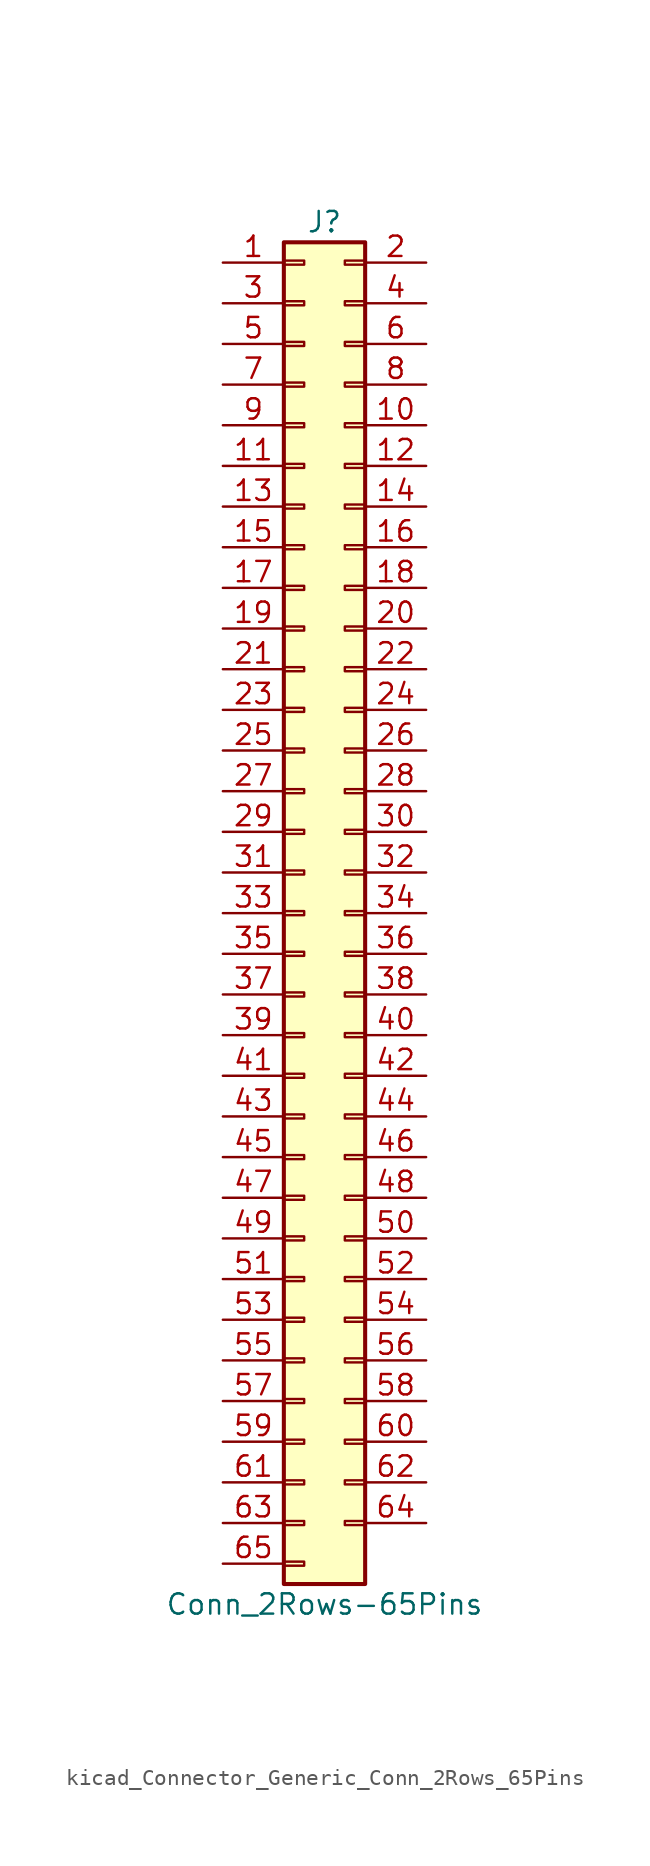
<source format=kicad_sym>
(kicad_symbol_lib
  (version 20220914)
  (generator kicad_symbol_editor)
  (symbol "kicad_Connector_Generic_Conn_2Rows_65Pins"
    (pin_names
      (offset 1.016) hide)
    (property "Reference" "J"
      (at 1.27 43.18 0)
      (effects (font (size 1.27 1.27))))
    (property "Value" "Conn_2Rows-65Pins"
      (at 1.27 -43.18 0)
      (effects (font (size 1.27 1.27))))
    (symbol "kicad_Connector_Generic_Conn_2Rows_65Pins_1_1"
      (rectangle (start -1.27 -40.513) (end 0 -40.767) (stroke (width 0.152) (type default)) (fill (type none)))
      (rectangle (start -1.27 -37.973) (end 0 -38.227) (stroke (width 0.152) (type default)) (fill (type none)))
      (rectangle (start -1.27 -35.433) (end 0 -35.687) (stroke (width 0.152) (type default)) (fill (type none)))
      (rectangle (start -1.27 -32.893) (end 0 -33.147) (stroke (width 0.152) (type default)) (fill (type none)))
      (rectangle (start -1.27 -30.353) (end 0 -30.607) (stroke (width 0.152) (type default)) (fill (type none)))
      (rectangle (start -1.27 -27.813) (end 0 -28.067) (stroke (width 0.152) (type default)) (fill (type none)))
      (rectangle (start -1.27 -25.273) (end 0 -25.527) (stroke (width 0.152) (type default)) (fill (type none)))
      (rectangle (start -1.27 -22.733) (end 0 -22.987) (stroke (width 0.152) (type default)) (fill (type none)))
      (rectangle (start -1.27 -20.193) (end 0 -20.447) (stroke (width 0.152) (type default)) (fill (type none)))
      (rectangle (start -1.27 -17.653) (end 0 -17.907) (stroke (width 0.152) (type default)) (fill (type none)))
      (rectangle (start -1.27 -15.113) (end 0 -15.367) (stroke (width 0.152) (type default)) (fill (type none)))
      (rectangle (start -1.27 -12.573) (end 0 -12.827) (stroke (width 0.152) (type default)) (fill (type none)))
      (rectangle (start -1.27 -10.033) (end 0 -10.287) (stroke (width 0.152) (type default)) (fill (type none)))
      (rectangle (start -1.27 -7.493) (end 0 -7.747) (stroke (width 0.152) (type default)) (fill (type none)))
      (rectangle (start -1.27 -4.953) (end 0 -5.207) (stroke (width 0.152) (type default)) (fill (type none)))
      (rectangle (start -1.27 -2.413) (end 0 -2.667) (stroke (width 0.152) (type default)) (fill (type none)))
      (rectangle (start -1.27 0.127) (end 0 -0.127) (stroke (width 0.152) (type default)) (fill (type none)))
      (rectangle (start -1.27 2.667) (end 0 2.413) (stroke (width 0.152) (type default)) (fill (type none)))
      (rectangle (start -1.27 5.207) (end 0 4.953) (stroke (width 0.152) (type default)) (fill (type none)))
      (rectangle (start -1.27 7.747) (end 0 7.493) (stroke (width 0.152) (type default)) (fill (type none)))
      (rectangle (start -1.27 10.287) (end 0 10.033) (stroke (width 0.152) (type default)) (fill (type none)))
      (rectangle (start -1.27 12.827) (end 0 12.573) (stroke (width 0.152) (type default)) (fill (type none)))
      (rectangle (start -1.27 15.367) (end 0 15.113) (stroke (width 0.152) (type default)) (fill (type none)))
      (rectangle (start -1.27 17.907) (end 0 17.653) (stroke (width 0.152) (type default)) (fill (type none)))
      (rectangle (start -1.27 20.447) (end 0 20.193) (stroke (width 0.152) (type default)) (fill (type none)))
      (rectangle (start -1.27 22.987) (end 0 22.733) (stroke (width 0.152) (type default)) (fill (type none)))
      (rectangle (start -1.27 25.527) (end 0 25.273) (stroke (width 0.152) (type default)) (fill (type none)))
      (rectangle (start -1.27 28.067) (end 0 27.813) (stroke (width 0.152) (type default)) (fill (type none)))
      (rectangle (start -1.27 30.607) (end 0 30.353) (stroke (width 0.152) (type default)) (fill (type none)))
      (rectangle (start -1.27 33.147) (end 0 32.893) (stroke (width 0.152) (type default)) (fill (type none)))
      (rectangle (start -1.27 35.687) (end 0 35.433) (stroke (width 0.152) (type default)) (fill (type none)))
      (rectangle (start -1.27 38.227) (end 0 37.973) (stroke (width 0.152) (type default)) (fill (type none)))
      (rectangle (start -1.27 40.767) (end 0 40.513) (stroke (width 0.152) (type default)) (fill (type none)))
      (rectangle (start -1.27 41.91) (end 3.81 -41.91) (stroke (width 0.254) (type default)) (fill (type background)))
      (rectangle (start 3.81 -37.973) (end 2.54 -38.227) (stroke (width 0.152) (type default)) (fill (type none)))
      (rectangle (start 3.81 -35.433) (end 2.54 -35.687) (stroke (width 0.152) (type default)) (fill (type none)))
      (rectangle (start 3.81 -32.893) (end 2.54 -33.147) (stroke (width 0.152) (type default)) (fill (type none)))
      (rectangle (start 3.81 -30.353) (end 2.54 -30.607) (stroke (width 0.152) (type default)) (fill (type none)))
      (rectangle (start 3.81 -27.813) (end 2.54 -28.067) (stroke (width 0.152) (type default)) (fill (type none)))
      (rectangle (start 3.81 -25.273) (end 2.54 -25.527) (stroke (width 0.152) (type default)) (fill (type none)))
      (rectangle (start 3.81 -22.733) (end 2.54 -22.987) (stroke (width 0.152) (type default)) (fill (type none)))
      (rectangle (start 3.81 -20.193) (end 2.54 -20.447) (stroke (width 0.152) (type default)) (fill (type none)))
      (rectangle (start 3.81 -17.653) (end 2.54 -17.907) (stroke (width 0.152) (type default)) (fill (type none)))
      (rectangle (start 3.81 -15.113) (end 2.54 -15.367) (stroke (width 0.152) (type default)) (fill (type none)))
      (rectangle (start 3.81 -12.573) (end 2.54 -12.827) (stroke (width 0.152) (type default)) (fill (type none)))
      (rectangle (start 3.81 -10.033) (end 2.54 -10.287) (stroke (width 0.152) (type default)) (fill (type none)))
      (rectangle (start 3.81 -7.493) (end 2.54 -7.747) (stroke (width 0.152) (type default)) (fill (type none)))
      (rectangle (start 3.81 -4.953) (end 2.54 -5.207) (stroke (width 0.152) (type default)) (fill (type none)))
      (rectangle (start 3.81 -2.413) (end 2.54 -2.667) (stroke (width 0.152) (type default)) (fill (type none)))
      (rectangle (start 3.81 0.127) (end 2.54 -0.127) (stroke (width 0.152) (type default)) (fill (type none)))
      (rectangle (start 3.81 2.667) (end 2.54 2.413) (stroke (width 0.152) (type default)) (fill (type none)))
      (rectangle (start 3.81 5.207) (end 2.54 4.953) (stroke (width 0.152) (type default)) (fill (type none)))
      (rectangle (start 3.81 7.747) (end 2.54 7.493) (stroke (width 0.152) (type default)) (fill (type none)))
      (rectangle (start 3.81 10.287) (end 2.54 10.033) (stroke (width 0.152) (type default)) (fill (type none)))
      (rectangle (start 3.81 12.827) (end 2.54 12.573) (stroke (width 0.152) (type default)) (fill (type none)))
      (rectangle (start 3.81 15.367) (end 2.54 15.113) (stroke (width 0.152) (type default)) (fill (type none)))
      (rectangle (start 3.81 17.907) (end 2.54 17.653) (stroke (width 0.152) (type default)) (fill (type none)))
      (rectangle (start 3.81 20.447) (end 2.54 20.193) (stroke (width 0.152) (type default)) (fill (type none)))
      (rectangle (start 3.81 22.987) (end 2.54 22.733) (stroke (width 0.152) (type default)) (fill (type none)))
      (rectangle (start 3.81 25.527) (end 2.54 25.273) (stroke (width 0.152) (type default)) (fill (type none)))
      (rectangle (start 3.81 28.067) (end 2.54 27.813) (stroke (width 0.152) (type default)) (fill (type none)))
      (rectangle (start 3.81 30.607) (end 2.54 30.353) (stroke (width 0.152) (type default)) (fill (type none)))
      (rectangle (start 3.81 33.147) (end 2.54 32.893) (stroke (width 0.152) (type default)) (fill (type none)))
      (rectangle (start 3.81 35.687) (end 2.54 35.433) (stroke (width 0.152) (type default)) (fill (type none)))
      (rectangle (start 3.81 38.227) (end 2.54 37.973) (stroke (width 0.152) (type default)) (fill (type none)))
      (rectangle (start 3.81 40.767) (end 2.54 40.513) (stroke (width 0.152) (type default)) (fill (type none)))
      (pin passive line (at -5.08 40.64 0) (length 3.81) (name "Pin_1" (effects (font (size 1.27 1.27)))) (number "1" (effects (font (size 1.27 1.27)))))
      (pin passive line (at 7.62 30.48 180) (length 3.81) (name "Pin_10" (effects (font (size 1.27 1.27)))) (number "10" (effects (font (size 1.27 1.27)))))
      (pin passive line (at -5.08 27.94 0) (length 3.81) (name "Pin_11" (effects (font (size 1.27 1.27)))) (number "11" (effects (font (size 1.27 1.27)))))
      (pin passive line (at 7.62 27.94 180) (length 3.81) (name "Pin_12" (effects (font (size 1.27 1.27)))) (number "12" (effects (font (size 1.27 1.27)))))
      (pin passive line (at -5.08 25.4 0) (length 3.81) (name "Pin_13" (effects (font (size 1.27 1.27)))) (number "13" (effects (font (size 1.27 1.27)))))
      (pin passive line (at 7.62 25.4 180) (length 3.81) (name "Pin_14" (effects (font (size 1.27 1.27)))) (number "14" (effects (font (size 1.27 1.27)))))
      (pin passive line (at -5.08 22.86 0) (length 3.81) (name "Pin_15" (effects (font (size 1.27 1.27)))) (number "15" (effects (font (size 1.27 1.27)))))
      (pin passive line (at 7.62 22.86 180) (length 3.81) (name "Pin_16" (effects (font (size 1.27 1.27)))) (number "16" (effects (font (size 1.27 1.27)))))
      (pin passive line (at -5.08 20.32 0) (length 3.81) (name "Pin_17" (effects (font (size 1.27 1.27)))) (number "17" (effects (font (size 1.27 1.27)))))
      (pin passive line (at 7.62 20.32 180) (length 3.81) (name "Pin_18" (effects (font (size 1.27 1.27)))) (number "18" (effects (font (size 1.27 1.27)))))
      (pin passive line (at -5.08 17.78 0) (length 3.81) (name "Pin_19" (effects (font (size 1.27 1.27)))) (number "19" (effects (font (size 1.27 1.27)))))
      (pin passive line (at 7.62 40.64 180) (length 3.81) (name "Pin_2" (effects (font (size 1.27 1.27)))) (number "2" (effects (font (size 1.27 1.27)))))
      (pin passive line (at 7.62 17.78 180) (length 3.81) (name "Pin_20" (effects (font (size 1.27 1.27)))) (number "20" (effects (font (size 1.27 1.27)))))
      (pin passive line (at -5.08 15.24 0) (length 3.81) (name "Pin_21" (effects (font (size 1.27 1.27)))) (number "21" (effects (font (size 1.27 1.27)))))
      (pin passive line (at 7.62 15.24 180) (length 3.81) (name "Pin_22" (effects (font (size 1.27 1.27)))) (number "22" (effects (font (size 1.27 1.27)))))
      (pin passive line (at -5.08 12.7 0) (length 3.81) (name "Pin_23" (effects (font (size 1.27 1.27)))) (number "23" (effects (font (size 1.27 1.27)))))
      (pin passive line (at 7.62 12.7 180) (length 3.81) (name "Pin_24" (effects (font (size 1.27 1.27)))) (number "24" (effects (font (size 1.27 1.27)))))
      (pin passive line (at -5.08 10.16 0) (length 3.81) (name "Pin_25" (effects (font (size 1.27 1.27)))) (number "25" (effects (font (size 1.27 1.27)))))
      (pin passive line (at 7.62 10.16 180) (length 3.81) (name "Pin_26" (effects (font (size 1.27 1.27)))) (number "26" (effects (font (size 1.27 1.27)))))
      (pin passive line (at -5.08 7.62 0) (length 3.81) (name "Pin_27" (effects (font (size 1.27 1.27)))) (number "27" (effects (font (size 1.27 1.27)))))
      (pin passive line (at 7.62 7.62 180) (length 3.81) (name "Pin_28" (effects (font (size 1.27 1.27)))) (number "28" (effects (font (size 1.27 1.27)))))
      (pin passive line (at -5.08 5.08 0) (length 3.81) (name "Pin_29" (effects (font (size 1.27 1.27)))) (number "29" (effects (font (size 1.27 1.27)))))
      (pin passive line (at -5.08 38.1 0) (length 3.81) (name "Pin_3" (effects (font (size 1.27 1.27)))) (number "3" (effects (font (size 1.27 1.27)))))
      (pin passive line (at 7.62 5.08 180) (length 3.81) (name "Pin_30" (effects (font (size 1.27 1.27)))) (number "30" (effects (font (size 1.27 1.27)))))
      (pin passive line (at -5.08 2.54 0) (length 3.81) (name "Pin_31" (effects (font (size 1.27 1.27)))) (number "31" (effects (font (size 1.27 1.27)))))
      (pin passive line (at 7.62 2.54 180) (length 3.81) (name "Pin_32" (effects (font (size 1.27 1.27)))) (number "32" (effects (font (size 1.27 1.27)))))
      (pin passive line (at -5.08 0 0) (length 3.81) (name "Pin_33" (effects (font (size 1.27 1.27)))) (number "33" (effects (font (size 1.27 1.27)))))
      (pin passive line (at 7.62 0 180) (length 3.81) (name "Pin_34" (effects (font (size 1.27 1.27)))) (number "34" (effects (font (size 1.27 1.27)))))
      (pin passive line (at -5.08 -2.54 0) (length 3.81) (name "Pin_35" (effects (font (size 1.27 1.27)))) (number "35" (effects (font (size 1.27 1.27)))))
      (pin passive line (at 7.62 -2.54 180) (length 3.81) (name "Pin_36" (effects (font (size 1.27 1.27)))) (number "36" (effects (font (size 1.27 1.27)))))
      (pin passive line (at -5.08 -5.08 0) (length 3.81) (name "Pin_37" (effects (font (size 1.27 1.27)))) (number "37" (effects (font (size 1.27 1.27)))))
      (pin passive line (at 7.62 -5.08 180) (length 3.81) (name "Pin_38" (effects (font (size 1.27 1.27)))) (number "38" (effects (font (size 1.27 1.27)))))
      (pin passive line (at -5.08 -7.62 0) (length 3.81) (name "Pin_39" (effects (font (size 1.27 1.27)))) (number "39" (effects (font (size 1.27 1.27)))))
      (pin passive line (at 7.62 38.1 180) (length 3.81) (name "Pin_4" (effects (font (size 1.27 1.27)))) (number "4" (effects (font (size 1.27 1.27)))))
      (pin passive line (at 7.62 -7.62 180) (length 3.81) (name "Pin_40" (effects (font (size 1.27 1.27)))) (number "40" (effects (font (size 1.27 1.27)))))
      (pin passive line (at -5.08 -10.16 0) (length 3.81) (name "Pin_41" (effects (font (size 1.27 1.27)))) (number "41" (effects (font (size 1.27 1.27)))))
      (pin passive line (at 7.62 -10.16 180) (length 3.81) (name "Pin_42" (effects (font (size 1.27 1.27)))) (number "42" (effects (font (size 1.27 1.27)))))
      (pin passive line (at -5.08 -12.7 0) (length 3.81) (name "Pin_43" (effects (font (size 1.27 1.27)))) (number "43" (effects (font (size 1.27 1.27)))))
      (pin passive line (at 7.62 -12.7 180) (length 3.81) (name "Pin_44" (effects (font (size 1.27 1.27)))) (number "44" (effects (font (size 1.27 1.27)))))
      (pin passive line (at -5.08 -15.24 0) (length 3.81) (name "Pin_45" (effects (font (size 1.27 1.27)))) (number "45" (effects (font (size 1.27 1.27)))))
      (pin passive line (at 7.62 -15.24 180) (length 3.81) (name "Pin_46" (effects (font (size 1.27 1.27)))) (number "46" (effects (font (size 1.27 1.27)))))
      (pin passive line (at -5.08 -17.78 0) (length 3.81) (name "Pin_47" (effects (font (size 1.27 1.27)))) (number "47" (effects (font (size 1.27 1.27)))))
      (pin passive line (at 7.62 -17.78 180) (length 3.81) (name "Pin_48" (effects (font (size 1.27 1.27)))) (number "48" (effects (font (size 1.27 1.27)))))
      (pin passive line (at -5.08 -20.32 0) (length 3.81) (name "Pin_49" (effects (font (size 1.27 1.27)))) (number "49" (effects (font (size 1.27 1.27)))))
      (pin passive line (at -5.08 35.56 0) (length 3.81) (name "Pin_5" (effects (font (size 1.27 1.27)))) (number "5" (effects (font (size 1.27 1.27)))))
      (pin passive line (at 7.62 -20.32 180) (length 3.81) (name "Pin_50" (effects (font (size 1.27 1.27)))) (number "50" (effects (font (size 1.27 1.27)))))
      (pin passive line (at -5.08 -22.86 0) (length 3.81) (name "Pin_51" (effects (font (size 1.27 1.27)))) (number "51" (effects (font (size 1.27 1.27)))))
      (pin passive line (at 7.62 -22.86 180) (length 3.81) (name "Pin_52" (effects (font (size 1.27 1.27)))) (number "52" (effects (font (size 1.27 1.27)))))
      (pin passive line (at -5.08 -25.4 0) (length 3.81) (name "Pin_53" (effects (font (size 1.27 1.27)))) (number "53" (effects (font (size 1.27 1.27)))))
      (pin passive line (at 7.62 -25.4 180) (length 3.81) (name "Pin_54" (effects (font (size 1.27 1.27)))) (number "54" (effects (font (size 1.27 1.27)))))
      (pin passive line (at -5.08 -27.94 0) (length 3.81) (name "Pin_55" (effects (font (size 1.27 1.27)))) (number "55" (effects (font (size 1.27 1.27)))))
      (pin passive line (at 7.62 -27.94 180) (length 3.81) (name "Pin_56" (effects (font (size 1.27 1.27)))) (number "56" (effects (font (size 1.27 1.27)))))
      (pin passive line (at -5.08 -30.48 0) (length 3.81) (name "Pin_57" (effects (font (size 1.27 1.27)))) (number "57" (effects (font (size 1.27 1.27)))))
      (pin passive line (at 7.62 -30.48 180) (length 3.81) (name "Pin_58" (effects (font (size 1.27 1.27)))) (number "58" (effects (font (size 1.27 1.27)))))
      (pin passive line (at -5.08 -33.02 0) (length 3.81) (name "Pin_59" (effects (font (size 1.27 1.27)))) (number "59" (effects (font (size 1.27 1.27)))))
      (pin passive line (at 7.62 35.56 180) (length 3.81) (name "Pin_6" (effects (font (size 1.27 1.27)))) (number "6" (effects (font (size 1.27 1.27)))))
      (pin passive line (at 7.62 -33.02 180) (length 3.81) (name "Pin_60" (effects (font (size 1.27 1.27)))) (number "60" (effects (font (size 1.27 1.27)))))
      (pin passive line (at -5.08 -35.56 0) (length 3.81) (name "Pin_61" (effects (font (size 1.27 1.27)))) (number "61" (effects (font (size 1.27 1.27)))))
      (pin passive line (at 7.62 -35.56 180) (length 3.81) (name "Pin_62" (effects (font (size 1.27 1.27)))) (number "62" (effects (font (size 1.27 1.27)))))
      (pin passive line (at -5.08 -38.1 0) (length 3.81) (name "Pin_63" (effects (font (size 1.27 1.27)))) (number "63" (effects (font (size 1.27 1.27)))))
      (pin passive line (at 7.62 -38.1 180) (length 3.81) (name "Pin_64" (effects (font (size 1.27 1.27)))) (number "64" (effects (font (size 1.27 1.27)))))
      (pin passive line (at -5.08 -40.64 0) (length 3.81) (name "Pin_65" (effects (font (size 1.27 1.27)))) (number "65" (effects (font (size 1.27 1.27)))))
      (pin passive line (at -5.08 33.02 0) (length 3.81) (name "Pin_7" (effects (font (size 1.27 1.27)))) (number "7" (effects (font (size 1.27 1.27)))))
      (pin passive line (at 7.62 33.02 180) (length 3.81) (name "Pin_8" (effects (font (size 1.27 1.27)))) (number "8" (effects (font (size 1.27 1.27)))))
      (pin passive line (at -5.08 30.48 0) (length 3.81) (name "Pin_9" (effects (font (size 1.27 1.27)))) (number "9" (effects (font (size 1.27 1.27))))))))
</source>
